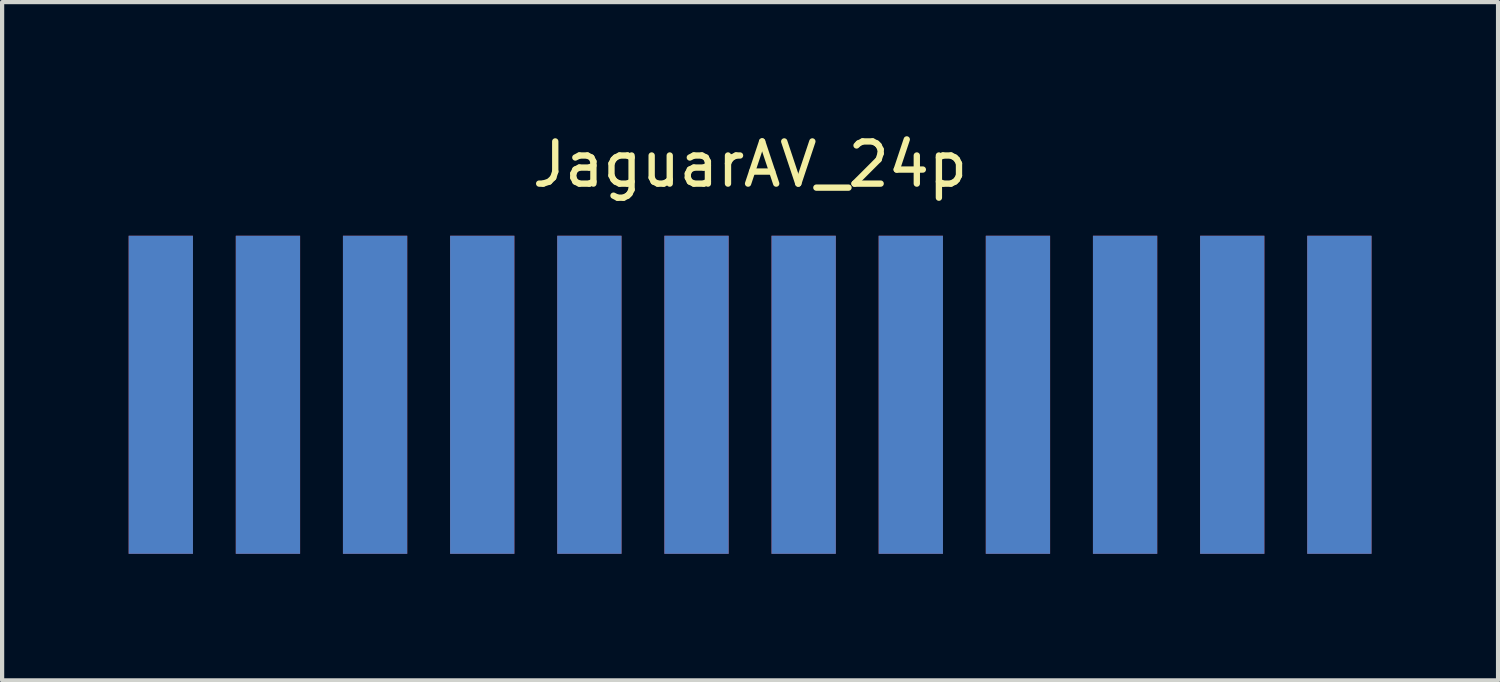
<source format=kicad_pcb>
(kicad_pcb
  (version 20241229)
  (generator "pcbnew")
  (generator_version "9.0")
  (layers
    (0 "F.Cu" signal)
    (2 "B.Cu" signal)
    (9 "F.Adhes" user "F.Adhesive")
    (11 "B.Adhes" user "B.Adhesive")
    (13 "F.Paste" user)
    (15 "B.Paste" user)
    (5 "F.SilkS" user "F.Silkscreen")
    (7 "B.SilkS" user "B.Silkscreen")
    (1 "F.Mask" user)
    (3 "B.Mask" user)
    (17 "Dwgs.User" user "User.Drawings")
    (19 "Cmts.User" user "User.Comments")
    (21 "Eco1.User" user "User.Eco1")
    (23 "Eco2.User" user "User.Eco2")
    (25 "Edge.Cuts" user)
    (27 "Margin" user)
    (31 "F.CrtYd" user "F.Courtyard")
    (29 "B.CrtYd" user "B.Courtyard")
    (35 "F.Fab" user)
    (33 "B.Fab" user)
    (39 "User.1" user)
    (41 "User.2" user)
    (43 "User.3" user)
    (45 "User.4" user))
  (footprint "JaguarAV_24p"
    (layer "F.Cu")
    (at 14.732 5.928)
    (property "Reference" "JaguarAV_24p" (at 0 -5.08 0) (layer "F.SilkS") (effects (font (size 1 1) (thickness 0.15))))
    (attr through_hole)
    (pad "1A" smd custom (at 13.97 0.381) (size 1.524 7.54) (layers "F.Cu" "F.Mask" "F.Paste") (options (anchor rect)) (primitives))
    (pad "1B" smd custom (at 13.97 0.381) (size 1.524 7.54) (layers "B.Cu" "B.Mask" "B.Paste") (options (anchor rect)) (primitives))
    (pad "2A" smd custom (at 11.43 0.381) (size 1.524 7.54) (layers "F.Cu" "F.Mask" "F.Paste") (options (anchor rect)) (primitives))
    (pad "2B" smd custom (at 11.43 0.381) (size 1.524 7.54) (layers "B.Cu" "B.Mask" "B.Paste") (options (anchor rect)) (primitives))
    (pad "3A" smd custom (at 8.89 0.381) (size 1.524 7.54) (layers "F.Cu" "F.Mask" "F.Paste") (options (anchor rect)) (primitives))
    (pad "3B" smd custom (at 8.89 0.381) (size 1.524 7.54) (layers "B.Cu" "B.Mask" "B.Paste") (options (anchor rect)) (primitives))
    (pad "4A" smd custom (at 6.35 0.381) (size 1.524 7.54) (layers "F.Cu" "F.Mask" "F.Paste") (options (anchor rect)) (primitives))
    (pad "4B" smd custom (at 6.35 0.381) (size 1.524 7.54) (layers "B.Cu" "B.Mask" "B.Paste") (options (anchor rect)) (primitives))
    (pad "5A" smd custom (at 3.81 0.381) (size 1.524 7.54) (layers "F.Cu" "F.Mask" "F.Paste") (options (anchor rect)) (primitives))
    (pad "5B" smd custom (at 3.81 0.381) (size 1.524 7.54) (layers "B.Cu" "B.Mask" "B.Paste") (options (anchor rect)) (primitives))
    (pad "6A" smd custom (at 1.27 0.381) (size 1.524 7.54) (layers "F.Cu" "F.Mask" "F.Paste") (options (anchor rect)) (primitives))
    (pad "6B" smd custom (at 1.27 0.381) (size 1.524 7.54) (layers "B.Cu" "B.Mask" "B.Paste") (options (anchor rect)) (primitives))
    (pad "7A" smd custom (at -1.27 0.381) (size 1.524 7.54) (layers "F.Cu" "F.Mask" "F.Paste") (options (anchor rect)) (primitives))
    (pad "7B" smd custom (at -1.27 0.381) (size 1.524 7.54) (layers "B.Cu" "B.Mask" "B.Paste") (options (anchor rect)) (primitives))
    (pad "8A" smd custom (at -3.81 0.381) (size 1.524 7.54) (layers "F.Cu" "F.Mask" "F.Paste") (options (anchor rect)) (primitives))
    (pad "8B" smd custom (at -3.81 0.381) (size 1.524 7.54) (layers "B.Cu" "B.Mask" "B.Paste") (options (anchor rect)) (primitives))
    (pad "9A" smd custom (at -6.35 0.381) (size 1.524 7.54) (layers "F.Cu" "F.Mask" "F.Paste") (options (anchor rect)) (primitives))
    (pad "9B" smd custom (at -6.35 0.381) (size 1.524 7.54) (layers "B.Cu" "B.Mask" "B.Paste") (options (anchor rect)) (primitives))
    (pad "10A" smd custom (at -8.89 0.381) (size 1.524 7.54) (layers "F.Cu" "F.Mask" "F.Paste") (options (anchor rect)) (primitives))
    (pad "10B" smd custom (at -8.89 0.381) (size 1.524 7.54) (layers "B.Cu" "B.Mask" "B.Paste") (options (anchor rect)) (primitives))
    (pad "11A" smd custom (at -11.43 0.381) (size 1.524 7.54) (layers "F.Cu" "F.Mask" "F.Paste") (options (anchor rect)) (primitives))
    (pad "11B" smd custom (at -11.43 0.381) (size 1.524 7.54) (layers "B.Cu" "B.Mask" "B.Paste") (options (anchor rect)) (primitives))
    (pad "12A" smd custom (at -13.97 0.381) (size 1.524 7.54) (layers "F.Cu" "F.Mask" "F.Paste") (options (anchor rect)) (primitives))
    (pad "12B" smd custom (at -13.97 0.381) (size 1.524 7.54) (layers "B.Cu" "B.Mask" "B.Paste") (options (anchor rect)) (primitives)))
  (gr_rect
    (start -3 -3)
    (end 32.464 13.079)
    (stroke (width 0.1) (type default))
    (fill no)
    (layer "Edge.Cuts")))
</source>
